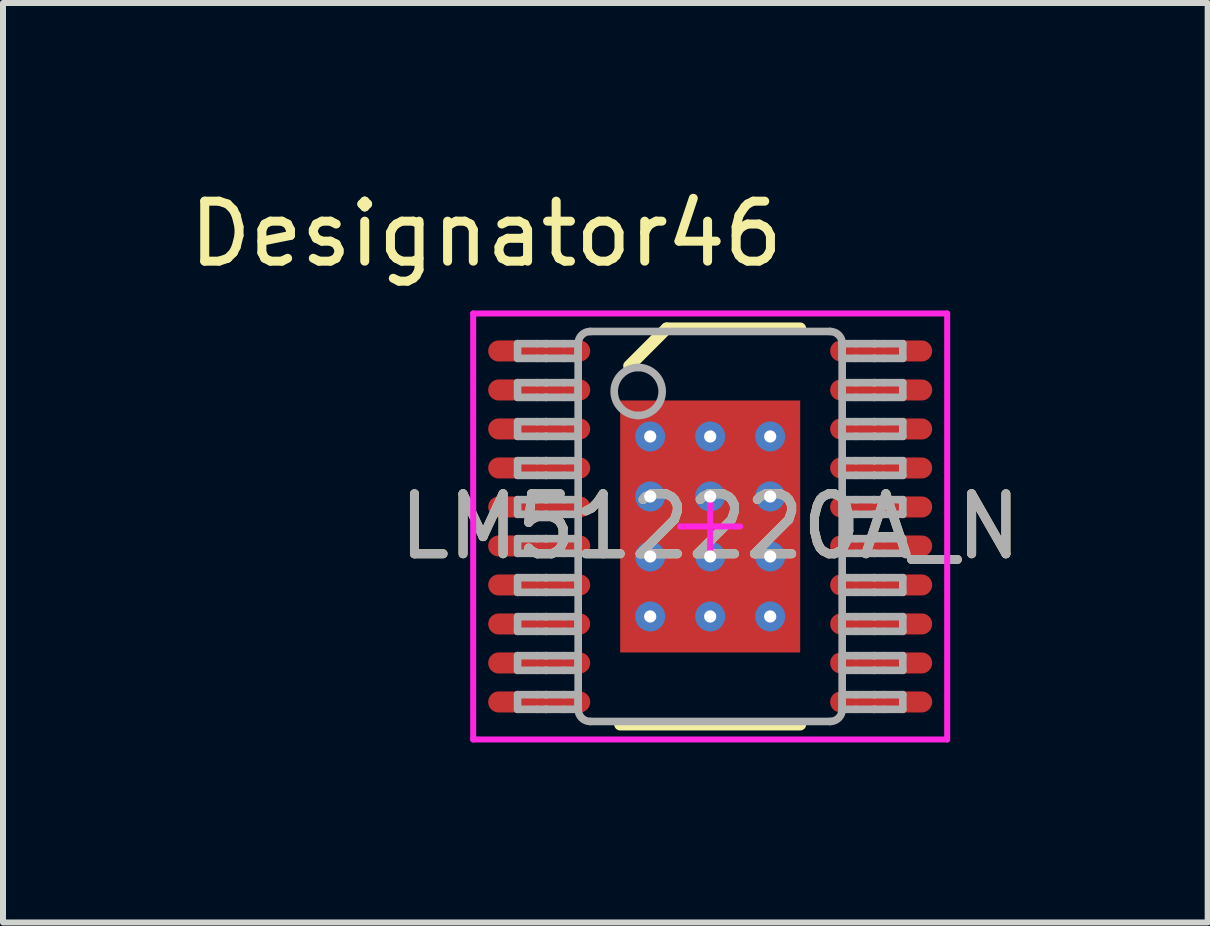
<source format=kicad_pcb>
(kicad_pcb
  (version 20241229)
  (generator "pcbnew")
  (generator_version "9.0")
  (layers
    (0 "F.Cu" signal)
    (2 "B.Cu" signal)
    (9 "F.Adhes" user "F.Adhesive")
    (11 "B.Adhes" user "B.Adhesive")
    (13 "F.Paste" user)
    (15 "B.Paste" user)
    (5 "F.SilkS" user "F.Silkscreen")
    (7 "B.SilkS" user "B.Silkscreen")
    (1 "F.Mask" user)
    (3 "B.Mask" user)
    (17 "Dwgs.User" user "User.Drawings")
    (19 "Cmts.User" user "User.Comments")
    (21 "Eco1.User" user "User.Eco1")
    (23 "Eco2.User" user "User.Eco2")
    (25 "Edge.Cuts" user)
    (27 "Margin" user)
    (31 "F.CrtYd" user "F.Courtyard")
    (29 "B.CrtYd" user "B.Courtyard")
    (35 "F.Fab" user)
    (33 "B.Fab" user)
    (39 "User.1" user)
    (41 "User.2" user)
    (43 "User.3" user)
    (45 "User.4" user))
  (footprint "LM512220A_N"
    (layer "F.Cu")
    (at 8.787 5.725)
    (property "Reference" "LM512220A_N" (at 0 0 0) (unlocked yes) (layer "F.SilkS") (effects (font (size 1 1) (thickness 0.15))))
    (attr smd)
    (fp_line (start -1.5 3.3) (end 1.5 3.3) (stroke (width 0.2) (type solid)) (layer "F.SilkS"))
    (fp_line (start -1.35 -2.675) (end -0.725 -3.3) (stroke (width 0.2) (type solid)) (layer "F.SilkS"))
    (fp_line (start -0.725 -3.3) (end 1.5 -3.3) (stroke (width 0.2) (type solid)) (layer "F.SilkS"))
    (fp_line (start -3.95 -3.55) (end 3.95 -3.55) (stroke (width 0.1) (type solid)) (layer "F.CrtYd"))
    (fp_line (start -3.95 3.55) (end -3.95 -3.55) (stroke (width 0.1) (type solid)) (layer "F.CrtYd"))
    (fp_line (start -3.95 3.55) (end 3.95 3.55) (stroke (width 0.1) (type solid)) (layer "F.CrtYd"))
    (fp_line (start -0.5 0) (end 0.5 0) (stroke (width 0.1) (type solid)) (layer "F.CrtYd"))
    (fp_line (start 0 0.5) (end 0 -0.5) (stroke (width 0.1) (type solid)) (layer "F.CrtYd"))
    (fp_line (start 3.95 3.55) (end 3.95 -3.55) (stroke (width 0.1) (type solid)) (layer "F.CrtYd"))
    (fp_line (start -3.21 -3.047) (end -2.887 -3.047) (stroke (width 0.127) (type solid)) (layer "F.Fab"))
    (fp_line (start -3.21 -2.802) (end -3.21 -3.047) (stroke (width 0.127) (type solid)) (layer "F.Fab"))
    (fp_line (start -3.21 -2.802) (end -2.887 -2.802) (stroke (width 0.127) (type solid)) (layer "F.Fab"))
    (fp_line (start -3.21 -2.397) (end -2.887 -2.397) (stroke (width 0.127) (type solid)) (layer "F.Fab"))
    (fp_line (start -3.21 -2.152) (end -3.21 -2.397) (stroke (width 0.127) (type solid)) (layer "F.Fab"))
    (fp_line (start -3.21 -2.152) (end -2.887 -2.152) (stroke (width 0.127) (type solid)) (layer "F.Fab"))
    (fp_line (start -3.21 -1.747) (end -2.887 -1.747) (stroke (width 0.127) (type solid)) (layer "F.Fab"))
    (fp_line (start -3.21 -1.502) (end -3.21 -1.747) (stroke (width 0.127) (type solid)) (layer "F.Fab"))
    (fp_line (start -3.21 -1.502) (end -2.887 -1.502) (stroke (width 0.127) (type solid)) (layer "F.Fab"))
    (fp_line (start -3.21 -1.097) (end -2.887 -1.097) (stroke (width 0.127) (type solid)) (layer "F.Fab"))
    (fp_line (start -3.21 -0.852) (end -3.21 -1.097) (stroke (width 0.127) (type solid)) (layer "F.Fab"))
    (fp_line (start -3.21 -0.852) (end -2.887 -0.852) (stroke (width 0.127) (type solid)) (layer "F.Fab"))
    (fp_line (start -3.21 -0.447) (end -2.887 -0.447) (stroke (width 0.127) (type solid)) (layer "F.Fab"))
    (fp_line (start -3.21 -0.202) (end -3.21 -0.447) (stroke (width 0.127) (type solid)) (layer "F.Fab"))
    (fp_line (start -3.21 -0.202) (end -2.887 -0.202) (stroke (width 0.127) (type solid)) (layer "F.Fab"))
    (fp_line (start -3.21 0.203) (end -2.887 0.203) (stroke (width 0.127) (type solid)) (layer "F.Fab"))
    (fp_line (start -3.21 0.448) (end -3.21 0.203) (stroke (width 0.127) (type solid)) (layer "F.Fab"))
    (fp_line (start -3.21 0.448) (end -2.887 0.448) (stroke (width 0.127) (type solid)) (layer "F.Fab"))
    (fp_line (start -3.21 0.853) (end -2.887 0.853) (stroke (width 0.127) (type solid)) (layer "F.Fab"))
    (fp_line (start -3.21 1.098) (end -3.21 0.853) (stroke (width 0.127) (type solid)) (layer "F.Fab"))
    (fp_line (start -3.21 1.098) (end -2.887 1.098) (stroke (width 0.127) (type solid)) (layer "F.Fab"))
    (fp_line (start -3.21 1.503) (end -2.887 1.503) (stroke (width 0.127) (type solid)) (layer "F.Fab"))
    (fp_line (start -3.21 1.748) (end -3.21 1.503) (stroke (width 0.127) (type solid)) (layer "F.Fab"))
    (fp_line (start -3.21 1.748) (end -2.887 1.748) (stroke (width 0.127) (type solid)) (layer "F.Fab"))
    (fp_line (start -3.21 2.153) (end -2.887 2.153) (stroke (width 0.127) (type solid)) (layer "F.Fab"))
    (fp_line (start -3.21 2.398) (end -3.21 2.153) (stroke (width 0.127) (type solid)) (layer "F.Fab"))
    (fp_line (start -3.21 2.398) (end -2.887 2.398) (stroke (width 0.127) (type solid)) (layer "F.Fab"))
    (fp_line (start -3.21 2.803) (end -2.887 2.803) (stroke (width 0.127) (type solid)) (layer "F.Fab"))
    (fp_line (start -3.21 3.048) (end -3.21 2.803) (stroke (width 0.127) (type solid)) (layer "F.Fab"))
    (fp_line (start -3.21 3.048) (end -2.887 3.048) (stroke (width 0.127) (type solid)) (layer "F.Fab"))
    (fp_line (start -2.887 -3.047) (end -2.739 -3.047) (stroke (width 0.127) (type solid)) (layer "F.Fab"))
    (fp_line (start -2.887 -2.802) (end -2.739 -2.802) (stroke (width 0.127) (type solid)) (layer "F.Fab"))
    (fp_line (start -2.887 -2.397) (end -2.739 -2.397) (stroke (width 0.127) (type solid)) (layer "F.Fab"))
    (fp_line (start -2.887 -2.152) (end -2.739 -2.152) (stroke (width 0.127) (type solid)) (layer "F.Fab"))
    (fp_line (start -2.887 -1.747) (end -2.739 -1.747) (stroke (width 0.127) (type solid)) (layer "F.Fab"))
    (fp_line (start -2.887 -1.502) (end -2.739 -1.502) (stroke (width 0.127) (type solid)) (layer "F.Fab"))
    (fp_line (start -2.887 -1.097) (end -2.739 -1.097) (stroke (width 0.127) (type solid)) (layer "F.Fab"))
    (fp_line (start -2.887 -0.852) (end -2.739 -0.852) (stroke (width 0.127) (type solid)) (layer "F.Fab"))
    (fp_line (start -2.887 -0.447) (end -2.739 -0.447) (stroke (width 0.127) (type solid)) (layer "F.Fab"))
    (fp_line (start -2.887 -0.202) (end -2.739 -0.202) (stroke (width 0.127) (type solid)) (layer "F.Fab"))
    (fp_line (start -2.887 0.203) (end -2.739 0.203) (stroke (width 0.127) (type solid)) (layer "F.Fab"))
    (fp_line (start -2.887 0.448) (end -2.739 0.448) (stroke (width 0.127) (type solid)) (layer "F.Fab"))
    (fp_line (start -2.887 0.853) (end -2.739 0.853) (stroke (width 0.127) (type solid)) (layer "F.Fab"))
    (fp_line (start -2.887 1.098) (end -2.739 1.098) (stroke (width 0.127) (type solid)) (layer "F.Fab"))
    (fp_line (start -2.887 1.503) (end -2.739 1.503) (stroke (width 0.127) (type solid)) (layer "F.Fab"))
    (fp_line (start -2.887 1.748) (end -2.739 1.748) (stroke (width 0.127) (type solid)) (layer "F.Fab"))
    (fp_line (start -2.887 2.153) (end -2.739 2.153) (stroke (width 0.127) (type solid)) (layer "F.Fab"))
    (fp_line (start -2.887 2.398) (end -2.739 2.398) (stroke (width 0.127) (type solid)) (layer "F.Fab"))
    (fp_line (start -2.887 2.803) (end -2.739 2.803) (stroke (width 0.127) (type solid)) (layer "F.Fab"))
    (fp_line (start -2.887 3.048) (end -2.739 3.048) (stroke (width 0.127) (type solid)) (layer "F.Fab"))
    (fp_line (start -2.739 -3.047) (end -2.733 -3.047) (stroke (width 0.127) (type solid)) (layer "F.Fab"))
    (fp_line (start -2.739 -2.802) (end -2.733 -2.802) (stroke (width 0.127) (type solid)) (layer "F.Fab"))
    (fp_line (start -2.739 -2.397) (end -2.733 -2.397) (stroke (width 0.127) (type solid)) (layer "F.Fab"))
    (fp_line (start -2.739 -2.152) (end -2.733 -2.152) (stroke (width 0.127) (type solid)) (layer "F.Fab"))
    (fp_line (start -2.739 -1.747) (end -2.733 -1.747) (stroke (width 0.127) (type solid)) (layer "F.Fab"))
    (fp_line (start -2.739 -1.502) (end -2.733 -1.502) (stroke (width 0.127) (type solid)) (layer "F.Fab"))
    (fp_line (start -2.739 -1.097) (end -2.733 -1.097) (stroke (width 0.127) (type solid)) (layer "F.Fab"))
    (fp_line (start -2.739 -0.852) (end -2.733 -0.852) (stroke (width 0.127) (type solid)) (layer "F.Fab"))
    (fp_line (start -2.739 -0.447) (end -2.733 -0.447) (stroke (width 0.127) (type solid)) (layer "F.Fab"))
    (fp_line (start -2.739 -0.202) (end -2.733 -0.202) (stroke (width 0.127) (type solid)) (layer "F.Fab"))
    (fp_line (start -2.739 0.203) (end -2.733 0.203) (stroke (width 0.127) (type solid)) (layer "F.Fab"))
    (fp_line (start -2.739 0.448) (end -2.733 0.448) (stroke (width 0.127) (type solid)) (layer "F.Fab"))
    (fp_line (start -2.739 0.853) (end -2.733 0.853) (stroke (width 0.127) (type solid)) (layer "F.Fab"))
    (fp_line (start -2.739 1.098) (end -2.733 1.098) (stroke (width 0.127) (type solid)) (layer "F.Fab"))
    (fp_line (start -2.739 1.503) (end -2.733 1.503) (stroke (width 0.127) (type solid)) (layer "F.Fab"))
    (fp_line (start -2.739 1.748) (end -2.733 1.748) (stroke (width 0.127) (type solid)) (layer "F.Fab"))
    (fp_line (start -2.739 2.153) (end -2.733 2.153) (stroke (width 0.127) (type solid)) (layer "F.Fab"))
    (fp_line (start -2.739 2.398) (end -2.733 2.398) (stroke (width 0.127) (type solid)) (layer "F.Fab"))
    (fp_line (start -2.739 2.803) (end -2.733 2.803) (stroke (width 0.127) (type solid)) (layer "F.Fab"))
    (fp_line (start -2.739 3.048) (end -2.733 3.048) (stroke (width 0.127) (type solid)) (layer "F.Fab"))
    (fp_line (start -2.733 -3.047) (end -2.431 -3.047) (stroke (width 0.127) (type solid)) (layer "F.Fab"))
    (fp_line (start -2.733 -2.802) (end -2.431 -2.802) (stroke (width 0.127) (type solid)) (layer "F.Fab"))
    (fp_line (start -2.733 -2.397) (end -2.431 -2.397) (stroke (width 0.127) (type solid)) (layer "F.Fab"))
    (fp_line (start -2.733 -2.152) (end -2.431 -2.152) (stroke (width 0.127) (type solid)) (layer "F.Fab"))
    (fp_line (start -2.733 -1.747) (end -2.431 -1.747) (stroke (width 0.127) (type solid)) (layer "F.Fab"))
    (fp_line (start -2.733 -1.502) (end -2.431 -1.502) (stroke (width 0.127) (type solid)) (layer "F.Fab"))
    (fp_line (start -2.733 -1.097) (end -2.431 -1.097) (stroke (width 0.127) (type solid)) (layer "F.Fab"))
    (fp_line (start -2.733 -0.852) (end -2.431 -0.852) (stroke (width 0.127) (type solid)) (layer "F.Fab"))
    (fp_line (start -2.733 -0.447) (end -2.431 -0.447) (stroke (width 0.127) (type solid)) (layer "F.Fab"))
    (fp_line (start -2.733 -0.202) (end -2.431 -0.202) (stroke (width 0.127) (type solid)) (layer "F.Fab"))
    (fp_line (start -2.733 0.203) (end -2.431 0.203) (stroke (width 0.127) (type solid)) (layer "F.Fab"))
    (fp_line (start -2.733 0.448) (end -2.431 0.448) (stroke (width 0.127) (type solid)) (layer "F.Fab"))
    (fp_line (start -2.733 0.853) (end -2.431 0.853) (stroke (width 0.127) (type solid)) (layer "F.Fab"))
    (fp_line (start -2.733 1.098) (end -2.431 1.098) (stroke (width 0.127) (type solid)) (layer "F.Fab"))
    (fp_line (start -2.733 1.503) (end -2.431 1.503) (stroke (width 0.127) (type solid)) (layer "F.Fab"))
    (fp_line (start -2.733 1.748) (end -2.431 1.748) (stroke (width 0.127) (type solid)) (layer "F.Fab"))
    (fp_line (start -2.733 2.153) (end -2.431 2.153) (stroke (width 0.127) (type solid)) (layer "F.Fab"))
    (fp_line (start -2.733 2.398) (end -2.431 2.398) (stroke (width 0.127) (type solid)) (layer "F.Fab"))
    (fp_line (start -2.733 2.803) (end -2.431 2.803) (stroke (width 0.127) (type solid)) (layer "F.Fab"))
    (fp_line (start -2.733 3.048) (end -2.431 3.048) (stroke (width 0.127) (type solid)) (layer "F.Fab"))
    (fp_line (start -2.431 -3.047) (end -2.2 -3.047) (stroke (width 0.127) (type solid)) (layer "F.Fab"))
    (fp_line (start -2.431 -2.802) (end -2.2 -2.802) (stroke (width 0.127) (type solid)) (layer "F.Fab"))
    (fp_line (start -2.431 -2.397) (end -2.2 -2.397) (stroke (width 0.127) (type solid)) (layer "F.Fab"))
    (fp_line (start -2.431 -2.152) (end -2.2 -2.152) (stroke (width 0.127) (type solid)) (layer "F.Fab"))
    (fp_line (start -2.431 -1.747) (end -2.2 -1.747) (stroke (width 0.127) (type solid)) (layer "F.Fab"))
    (fp_line (start -2.431 -1.502) (end -2.2 -1.502) (stroke (width 0.127) (type solid)) (layer "F.Fab"))
    (fp_line (start -2.431 -1.097) (end -2.2 -1.097) (stroke (width 0.127) (type solid)) (layer "F.Fab"))
    (fp_line (start -2.431 -0.852) (end -2.2 -0.852) (stroke (width 0.127) (type solid)) (layer "F.Fab"))
    (fp_line (start -2.431 -0.447) (end -2.2 -0.447) (stroke (width 0.127) (type solid)) (layer "F.Fab"))
    (fp_line (start -2.431 -0.202) (end -2.2 -0.202) (stroke (width 0.127) (type solid)) (layer "F.Fab"))
    (fp_line (start -2.431 0.203) (end -2.2 0.203) (stroke (width 0.127) (type solid)) (layer "F.Fab"))
    (fp_line (start -2.431 0.448) (end -2.2 0.448) (stroke (width 0.127) (type solid)) (layer "F.Fab"))
    (fp_line (start -2.431 0.853) (end -2.2 0.853) (stroke (width 0.127) (type solid)) (layer "F.Fab"))
    (fp_line (start -2.431 1.098) (end -2.2 1.098) (stroke (width 0.127) (type solid)) (layer "F.Fab"))
    (fp_line (start -2.431 1.503) (end -2.2 1.503) (stroke (width 0.127) (type solid)) (layer "F.Fab"))
    (fp_line (start -2.431 1.748) (end -2.2 1.748) (stroke (width 0.127) (type solid)) (layer "F.Fab"))
    (fp_line (start -2.431 2.153) (end -2.2 2.153) (stroke (width 0.127) (type solid)) (layer "F.Fab"))
    (fp_line (start -2.431 2.398) (end -2.2 2.398) (stroke (width 0.127) (type solid)) (layer "F.Fab"))
    (fp_line (start -2.431 2.803) (end -2.2 2.803) (stroke (width 0.127) (type solid)) (layer "F.Fab"))
    (fp_line (start -2.431 3.048) (end -2.2 3.048) (stroke (width 0.127) (type solid)) (layer "F.Fab"))
    (fp_line (start -2.2 -2.802) (end -2.2 -3.047) (stroke (width 0.127) (type solid)) (layer "F.Fab"))
    (fp_line (start -2.2 -2.152) (end -2.2 -2.397) (stroke (width 0.127) (type solid)) (layer "F.Fab"))
    (fp_line (start -2.2 -1.502) (end -2.2 -1.747) (stroke (width 0.127) (type solid)) (layer "F.Fab"))
    (fp_line (start -2.2 -0.852) (end -2.2 -1.097) (stroke (width 0.127) (type solid)) (layer "F.Fab"))
    (fp_line (start -2.2 -0.202) (end -2.2 -0.447) (stroke (width 0.127) (type solid)) (layer "F.Fab"))
    (fp_line (start -2.2 0.448) (end -2.2 0.203) (stroke (width 0.127) (type solid)) (layer "F.Fab"))
    (fp_line (start -2.2 1.098) (end -2.2 0.853) (stroke (width 0.127) (type solid)) (layer "F.Fab"))
    (fp_line (start -2.2 1.748) (end -2.2 1.503) (stroke (width 0.127) (type solid)) (layer "F.Fab"))
    (fp_line (start -2.2 2.398) (end -2.2 2.153) (stroke (width 0.127) (type solid)) (layer "F.Fab"))
    (fp_line (start -2.2 3.048) (end -2.2 2.803) (stroke (width 0.127) (type solid)) (layer "F.Fab"))
    (fp_line (start -2.2 3.05) (end -2.2 -3.05) (stroke (width 0.127) (type solid)) (layer "F.Fab"))
    (fp_line (start -2 -3.25) (end 2 -3.25) (stroke (width 0.127) (type solid)) (layer "F.Fab"))
    (fp_line (start -2 3.25) (end 2 3.25) (stroke (width 0.127) (type solid)) (layer "F.Fab"))
    (fp_line (start 2.2 -3.047) (end 2.43 -3.047) (stroke (width 0.127) (type solid)) (layer "F.Fab"))
    (fp_line (start 2.2 -2.802) (end 2.2 -3.047) (stroke (width 0.127) (type solid)) (layer "F.Fab"))
    (fp_line (start 2.2 -2.802) (end 2.43 -2.802) (stroke (width 0.127) (type solid)) (layer "F.Fab"))
    (fp_line (start 2.2 -2.397) (end 2.43 -2.397) (stroke (width 0.127) (type solid)) (layer "F.Fab"))
    (fp_line (start 2.2 -2.152) (end 2.2 -2.397) (stroke (width 0.127) (type solid)) (layer "F.Fab"))
    (fp_line (start 2.2 -2.152) (end 2.43 -2.152) (stroke (width 0.127) (type solid)) (layer "F.Fab"))
    (fp_line (start 2.2 -1.747) (end 2.43 -1.747) (stroke (width 0.127) (type solid)) (layer "F.Fab"))
    (fp_line (start 2.2 -1.502) (end 2.2 -1.747) (stroke (width 0.127) (type solid)) (layer "F.Fab"))
    (fp_line (start 2.2 -1.502) (end 2.43 -1.502) (stroke (width 0.127) (type solid)) (layer "F.Fab"))
    (fp_line (start 2.2 -1.097) (end 2.43 -1.097) (stroke (width 0.127) (type solid)) (layer "F.Fab"))
    (fp_line (start 2.2 -0.852) (end 2.2 -1.097) (stroke (width 0.127) (type solid)) (layer "F.Fab"))
    (fp_line (start 2.2 -0.852) (end 2.43 -0.852) (stroke (width 0.127) (type solid)) (layer "F.Fab"))
    (fp_line (start 2.2 -0.447) (end 2.43 -0.447) (stroke (width 0.127) (type solid)) (layer "F.Fab"))
    (fp_line (start 2.2 -0.202) (end 2.2 -0.447) (stroke (width 0.127) (type solid)) (layer "F.Fab"))
    (fp_line (start 2.2 -0.202) (end 2.43 -0.202) (stroke (width 0.127) (type solid)) (layer "F.Fab"))
    (fp_line (start 2.2 0.203) (end 2.43 0.203) (stroke (width 0.127) (type solid)) (layer "F.Fab"))
    (fp_line (start 2.2 0.448) (end 2.2 0.203) (stroke (width 0.127) (type solid)) (layer "F.Fab"))
    (fp_line (start 2.2 0.448) (end 2.43 0.448) (stroke (width 0.127) (type solid)) (layer "F.Fab"))
    (fp_line (start 2.2 0.853) (end 2.43 0.853) (stroke (width 0.127) (type solid)) (layer "F.Fab"))
    (fp_line (start 2.2 1.098) (end 2.2 0.853) (stroke (width 0.127) (type solid)) (layer "F.Fab"))
    (fp_line (start 2.2 1.098) (end 2.43 1.098) (stroke (width 0.127) (type solid)) (layer "F.Fab"))
    (fp_line (start 2.2 1.503) (end 2.43 1.503) (stroke (width 0.127) (type solid)) (layer "F.Fab"))
    (fp_line (start 2.2 1.748) (end 2.2 1.503) (stroke (width 0.127) (type solid)) (layer "F.Fab"))
    (fp_line (start 2.2 1.748) (end 2.43 1.748) (stroke (width 0.127) (type solid)) (layer "F.Fab"))
    (fp_line (start 2.2 2.153) (end 2.43 2.153) (stroke (width 0.127) (type solid)) (layer "F.Fab"))
    (fp_line (start 2.2 2.398) (end 2.2 2.153) (stroke (width 0.127) (type solid)) (layer "F.Fab"))
    (fp_line (start 2.2 2.398) (end 2.43 2.398) (stroke (width 0.127) (type solid)) (layer "F.Fab"))
    (fp_line (start 2.2 2.803) (end 2.43 2.803) (stroke (width 0.127) (type solid)) (layer "F.Fab"))
    (fp_line (start 2.2 3.048) (end 2.2 2.803) (stroke (width 0.127) (type solid)) (layer "F.Fab"))
    (fp_line (start 2.2 3.048) (end 2.43 3.048) (stroke (width 0.127) (type solid)) (layer "F.Fab"))
    (fp_line (start 2.2 3.05) (end 2.2 -3.05) (stroke (width 0.127) (type solid)) (layer "F.Fab"))
    (fp_line (start 2.43 -3.047) (end 2.733 -3.047) (stroke (width 0.127) (type solid)) (layer "F.Fab"))
    (fp_line (start 2.43 -2.802) (end 2.733 -2.802) (stroke (width 0.127) (type solid)) (layer "F.Fab"))
    (fp_line (start 2.43 -2.397) (end 2.733 -2.397) (stroke (width 0.127) (type solid)) (layer "F.Fab"))
    (fp_line (start 2.43 -2.152) (end 2.733 -2.152) (stroke (width 0.127) (type solid)) (layer "F.Fab"))
    (fp_line (start 2.43 -1.747) (end 2.733 -1.747) (stroke (width 0.127) (type solid)) (layer "F.Fab"))
    (fp_line (start 2.43 -1.502) (end 2.733 -1.502) (stroke (width 0.127) (type solid)) (layer "F.Fab"))
    (fp_line (start 2.43 -1.097) (end 2.733 -1.097) (stroke (width 0.127) (type solid)) (layer "F.Fab"))
    (fp_line (start 2.43 -0.852) (end 2.733 -0.852) (stroke (width 0.127) (type solid)) (layer "F.Fab"))
    (fp_line (start 2.43 -0.447) (end 2.733 -0.447) (stroke (width 0.127) (type solid)) (layer "F.Fab"))
    (fp_line (start 2.43 -0.202) (end 2.733 -0.202) (stroke (width 0.127) (type solid)) (layer "F.Fab"))
    (fp_line (start 2.43 0.203) (end 2.733 0.203) (stroke (width 0.127) (type solid)) (layer "F.Fab"))
    (fp_line (start 2.43 0.448) (end 2.733 0.448) (stroke (width 0.127) (type solid)) (layer "F.Fab"))
    (fp_line (start 2.43 0.853) (end 2.733 0.853) (stroke (width 0.127) (type solid)) (layer "F.Fab"))
    (fp_line (start 2.43 1.098) (end 2.733 1.098) (stroke (width 0.127) (type solid)) (layer "F.Fab"))
    (fp_line (start 2.43 1.503) (end 2.733 1.503) (stroke (width 0.127) (type solid)) (layer "F.Fab"))
    (fp_line (start 2.43 1.748) (end 2.733 1.748) (stroke (width 0.127) (type solid)) (layer "F.Fab"))
    (fp_line (start 2.43 2.153) (end 2.733 2.153) (stroke (width 0.127) (type solid)) (layer "F.Fab"))
    (fp_line (start 2.43 2.398) (end 2.733 2.398) (stroke (width 0.127) (type solid)) (layer "F.Fab"))
    (fp_line (start 2.43 2.803) (end 2.733 2.803) (stroke (width 0.127) (type solid)) (layer "F.Fab"))
    (fp_line (start 2.43 3.048) (end 2.733 3.048) (stroke (width 0.127) (type solid)) (layer "F.Fab"))
    (fp_line (start 2.733 -3.047) (end 2.739 -3.047) (stroke (width 0.127) (type solid)) (layer "F.Fab"))
    (fp_line (start 2.733 -2.802) (end 2.739 -2.802) (stroke (width 0.127) (type solid)) (layer "F.Fab"))
    (fp_line (start 2.733 -2.397) (end 2.739 -2.397) (stroke (width 0.127) (type solid)) (layer "F.Fab"))
    (fp_line (start 2.733 -2.152) (end 2.739 -2.152) (stroke (width 0.127) (type solid)) (layer "F.Fab"))
    (fp_line (start 2.733 -1.747) (end 2.739 -1.747) (stroke (width 0.127) (type solid)) (layer "F.Fab"))
    (fp_line (start 2.733 -1.502) (end 2.739 -1.502) (stroke (width 0.127) (type solid)) (layer "F.Fab"))
    (fp_line (start 2.733 -1.097) (end 2.739 -1.097) (stroke (width 0.127) (type solid)) (layer "F.Fab"))
    (fp_line (start 2.733 -0.852) (end 2.739 -0.852) (stroke (width 0.127) (type solid)) (layer "F.Fab"))
    (fp_line (start 2.733 -0.447) (end 2.739 -0.447) (stroke (width 0.127) (type solid)) (layer "F.Fab"))
    (fp_line (start 2.733 -0.202) (end 2.739 -0.202) (stroke (width 0.127) (type solid)) (layer "F.Fab"))
    (fp_line (start 2.733 0.203) (end 2.739 0.203) (stroke (width 0.127) (type solid)) (layer "F.Fab"))
    (fp_line (start 2.733 0.448) (end 2.739 0.448) (stroke (width 0.127) (type solid)) (layer "F.Fab"))
    (fp_line (start 2.733 0.853) (end 2.739 0.853) (stroke (width 0.127) (type solid)) (layer "F.Fab"))
    (fp_line (start 2.733 1.098) (end 2.739 1.098) (stroke (width 0.127) (type solid)) (layer "F.Fab"))
    (fp_line (start 2.733 1.503) (end 2.739 1.503) (stroke (width 0.127) (type solid)) (layer "F.Fab"))
    (fp_line (start 2.733 1.748) (end 2.739 1.748) (stroke (width 0.127) (type solid)) (layer "F.Fab"))
    (fp_line (start 2.733 2.153) (end 2.739 2.153) (stroke (width 0.127) (type solid)) (layer "F.Fab"))
    (fp_line (start 2.733 2.398) (end 2.739 2.398) (stroke (width 0.127) (type solid)) (layer "F.Fab"))
    (fp_line (start 2.733 2.803) (end 2.739 2.803) (stroke (width 0.127) (type solid)) (layer "F.Fab"))
    (fp_line (start 2.733 3.048) (end 2.739 3.048) (stroke (width 0.127) (type solid)) (layer "F.Fab"))
    (fp_line (start 2.739 -3.047) (end 2.887 -3.047) (stroke (width 0.127) (type solid)) (layer "F.Fab"))
    (fp_line (start 2.739 -2.802) (end 2.887 -2.802) (stroke (width 0.127) (type solid)) (layer "F.Fab"))
    (fp_line (start 2.739 -2.397) (end 2.887 -2.397) (stroke (width 0.127) (type solid)) (layer "F.Fab"))
    (fp_line (start 2.739 -2.152) (end 2.887 -2.152) (stroke (width 0.127) (type solid)) (layer "F.Fab"))
    (fp_line (start 2.739 -1.747) (end 2.887 -1.747) (stroke (width 0.127) (type solid)) (layer "F.Fab"))
    (fp_line (start 2.739 -1.502) (end 2.887 -1.502) (stroke (width 0.127) (type solid)) (layer "F.Fab"))
    (fp_line (start 2.739 -1.097) (end 2.887 -1.097) (stroke (width 0.127) (type solid)) (layer "F.Fab"))
    (fp_line (start 2.739 -0.852) (end 2.887 -0.852) (stroke (width 0.127) (type solid)) (layer "F.Fab"))
    (fp_line (start 2.739 -0.447) (end 2.887 -0.447) (stroke (width 0.127) (type solid)) (layer "F.Fab"))
    (fp_line (start 2.739 -0.202) (end 2.887 -0.202) (stroke (width 0.127) (type solid)) (layer "F.Fab"))
    (fp_line (start 2.739 0.203) (end 2.887 0.203) (stroke (width 0.127) (type solid)) (layer "F.Fab"))
    (fp_line (start 2.739 0.448) (end 2.887 0.448) (stroke (width 0.127) (type solid)) (layer "F.Fab"))
    (fp_line (start 2.739 0.853) (end 2.887 0.853) (stroke (width 0.127) (type solid)) (layer "F.Fab"))
    (fp_line (start 2.739 1.098) (end 2.887 1.098) (stroke (width 0.127) (type solid)) (layer "F.Fab"))
    (fp_line (start 2.739 1.503) (end 2.887 1.503) (stroke (width 0.127) (type solid)) (layer "F.Fab"))
    (fp_line (start 2.739 1.748) (end 2.887 1.748) (stroke (width 0.127) (type solid)) (layer "F.Fab"))
    (fp_line (start 2.739 2.153) (end 2.887 2.153) (stroke (width 0.127) (type solid)) (layer "F.Fab"))
    (fp_line (start 2.739 2.398) (end 2.887 2.398) (stroke (width 0.127) (type solid)) (layer "F.Fab"))
    (fp_line (start 2.739 2.803) (end 2.887 2.803) (stroke (width 0.127) (type solid)) (layer "F.Fab"))
    (fp_line (start 2.739 3.048) (end 2.887 3.048) (stroke (width 0.127) (type solid)) (layer "F.Fab"))
    (fp_line (start 2.887 -3.047) (end 3.21 -3.047) (stroke (width 0.127) (type solid)) (layer "F.Fab"))
    (fp_line (start 2.887 -2.802) (end 3.21 -2.802) (stroke (width 0.127) (type solid)) (layer "F.Fab"))
    (fp_line (start 2.887 -2.397) (end 3.21 -2.397) (stroke (width 0.127) (type solid)) (layer "F.Fab"))
    (fp_line (start 2.887 -2.152) (end 3.21 -2.152) (stroke (width 0.127) (type solid)) (layer "F.Fab"))
    (fp_line (start 2.887 -1.747) (end 3.21 -1.747) (stroke (width 0.127) (type solid)) (layer "F.Fab"))
    (fp_line (start 2.887 -1.502) (end 3.21 -1.502) (stroke (width 0.127) (type solid)) (layer "F.Fab"))
    (fp_line (start 2.887 -1.097) (end 3.21 -1.097) (stroke (width 0.127) (type solid)) (layer "F.Fab"))
    (fp_line (start 2.887 -0.852) (end 3.21 -0.852) (stroke (width 0.127) (type solid)) (layer "F.Fab"))
    (fp_line (start 2.887 -0.447) (end 3.21 -0.447) (stroke (width 0.127) (type solid)) (layer "F.Fab"))
    (fp_line (start 2.887 -0.202) (end 3.21 -0.202) (stroke (width 0.127) (type solid)) (layer "F.Fab"))
    (fp_line (start 2.887 0.203) (end 3.21 0.203) (stroke (width 0.127) (type solid)) (layer "F.Fab"))
    (fp_line (start 2.887 0.448) (end 3.21 0.448) (stroke (width 0.127) (type solid)) (layer "F.Fab"))
    (fp_line (start 2.887 0.853) (end 3.21 0.853) (stroke (width 0.127) (type solid)) (layer "F.Fab"))
    (fp_line (start 2.887 1.098) (end 3.21 1.098) (stroke (width 0.127) (type solid)) (layer "F.Fab"))
    (fp_line (start 2.887 1.503) (end 3.21 1.503) (stroke (width 0.127) (type solid)) (layer "F.Fab"))
    (fp_line (start 2.887 1.748) (end 3.21 1.748) (stroke (width 0.127) (type solid)) (layer "F.Fab"))
    (fp_line (start 2.887 2.153) (end 3.21 2.153) (stroke (width 0.127) (type solid)) (layer "F.Fab"))
    (fp_line (start 2.887 2.398) (end 3.21 2.398) (stroke (width 0.127) (type solid)) (layer "F.Fab"))
    (fp_line (start 2.887 2.803) (end 3.21 2.803) (stroke (width 0.127) (type solid)) (layer "F.Fab"))
    (fp_line (start 2.887 3.048) (end 3.21 3.048) (stroke (width 0.127) (type solid)) (layer "F.Fab"))
    (fp_line (start 3.21 -2.802) (end 3.21 -3.047) (stroke (width 0.127) (type solid)) (layer "F.Fab"))
    (fp_line (start 3.21 -2.152) (end 3.21 -2.397) (stroke (width 0.127) (type solid)) (layer "F.Fab"))
    (fp_line (start 3.21 -1.502) (end 3.21 -1.747) (stroke (width 0.127) (type solid)) (layer "F.Fab"))
    (fp_line (start 3.21 -0.852) (end 3.21 -1.097) (stroke (width 0.127) (type solid)) (layer "F.Fab"))
    (fp_line (start 3.21 -0.202) (end 3.21 -0.447) (stroke (width 0.127) (type solid)) (layer "F.Fab"))
    (fp_line (start 3.21 0.448) (end 3.21 0.203) (stroke (width 0.127) (type solid)) (layer "F.Fab"))
    (fp_line (start 3.21 1.098) (end 3.21 0.853) (stroke (width 0.127) (type solid)) (layer "F.Fab"))
    (fp_line (start 3.21 1.748) (end 3.21 1.503) (stroke (width 0.127) (type solid)) (layer "F.Fab"))
    (fp_line (start 3.21 2.398) (end 3.21 2.153) (stroke (width 0.127) (type solid)) (layer "F.Fab"))
    (fp_line (start 3.21 3.048) (end 3.21 2.803) (stroke (width 0.127) (type solid)) (layer "F.Fab"))
    (fp_arc (start -2.200001 -3.049986) (mid -2.141422 -3.191407) (end -2.000001 -3.249986) (stroke (width 0.127) (type solid)) (layer "F.Fab"))
    (fp_arc (start -2.000001 3.250001) (mid -2.141422 3.191423) (end -2.200001 3.050002) (stroke (width 0.127) (type solid)) (layer "F.Fab"))
    (fp_arc (start -1.200003 -2.649987) (mid -0.800003 -2.249988) (end -1.200003 -1.849989) (stroke (width 0.127) (type solid)) (layer "F.Fab"))
    (fp_arc (start -1.200003 -1.849989) (mid -1.600002 -2.249988) (end -1.200003 -2.649987) (stroke (width 0.127) (type solid)) (layer "F.Fab"))
    (fp_arc (start 1.999991 -3.249986) (mid 2.141412 -3.191407) (end 2.199991 -3.049986) (stroke (width 0.127) (type solid)) (layer "F.Fab"))
    (fp_arc (start 2.199991 3.050002) (mid 2.141412 3.191423) (end 1.999991 3.250001) (stroke (width 0.127) (type solid)) (layer "F.Fab"))
    (fp_text user "Designator46" (at -3.734 -4.877 0) (unlocked yes) (layer "F.SilkS") (effects (font (size 1 1) (thickness 0.15))))
    (fp_text user "${REFERENCE}" (at 0 0 0) (unlocked yes) (layer "F.Fab") (effects (font (size 1 1) (thickness 0.15))))
    (pad "1" smd oval (at -2.85 -2.925 90) (size 0.35 1.7) (layers "F.Cu" "F.Mask" "F.Paste"))
    (pad "2" smd oval (at -2.85 -2.275 90) (size 0.35 1.7) (layers "F.Cu" "F.Mask" "F.Paste"))
    (pad "3" smd oval (at -2.85 -1.625 90) (size 0.35 1.7) (layers "F.Cu" "F.Mask" "F.Paste"))
    (pad "4" smd oval (at -2.85 -0.975 90) (size 0.35 1.7) (layers "F.Cu" "F.Mask" "F.Paste"))
    (pad "5" smd oval (at -2.85 -0.325 90) (size 0.35 1.7) (layers "F.Cu" "F.Mask" "F.Paste"))
    (pad "6" smd oval (at -2.85 0.325 90) (size 0.35 1.7) (layers "F.Cu" "F.Mask" "F.Paste"))
    (pad "7" smd oval (at -2.85 0.975 90) (size 0.35 1.7) (layers "F.Cu" "F.Mask" "F.Paste"))
    (pad "8" smd oval (at -2.85 1.625 90) (size 0.35 1.7) (layers "F.Cu" "F.Mask" "F.Paste"))
    (pad "9" smd oval (at -2.85 2.275 90) (size 0.35 1.7) (layers "F.Cu" "F.Mask" "F.Paste"))
    (pad "10" smd oval (at -2.85 2.925 90) (size 0.35 1.7) (layers "F.Cu" "F.Mask" "F.Paste"))
    (pad "11" smd oval (at 2.85 2.925 90) (size 0.35 1.7) (layers "F.Cu" "F.Mask" "F.Paste"))
    (pad "12" smd oval (at 2.85 2.275 90) (size 0.35 1.7) (layers "F.Cu" "F.Mask" "F.Paste"))
    (pad "13" smd oval (at 2.85 1.625 90) (size 0.35 1.7) (layers "F.Cu" "F.Mask" "F.Paste"))
    (pad "14" smd oval (at 2.85 0.975 90) (size 0.35 1.7) (layers "F.Cu" "F.Mask" "F.Paste"))
    (pad "15" smd oval (at 2.85 0.325 90) (size 0.35 1.7) (layers "F.Cu" "F.Mask" "F.Paste"))
    (pad "16" smd oval (at 2.85 -0.325 90) (size 0.35 1.7) (layers "F.Cu" "F.Mask" "F.Paste"))
    (pad "17" smd oval (at 2.85 -0.975 90) (size 0.35 1.7) (layers "F.Cu" "F.Mask" "F.Paste"))
    (pad "18" smd oval (at 2.85 -1.625 90) (size 0.35 1.7) (layers "F.Cu" "F.Mask" "F.Paste"))
    (pad "19" smd oval (at 2.85 -2.275 90) (size 0.35 1.7) (layers "F.Cu" "F.Mask" "F.Paste"))
    (pad "20" smd oval (at 2.85 -2.925 90) (size 0.35 1.7) (layers "F.Cu" "F.Mask" "F.Paste"))
    (pad "21" smd rect (at 0 0) (size 3 4.2) (layers "F.Cu" "F.Mask" "F.Paste"))
    (pad "V" thru_hole circle (at -1 -1.5) (size 0.5 0.5) (drill 0.203) (layers "*.Cu" "*.Mask"))
    (pad "V" thru_hole circle (at -1 -0.5) (size 0.5 0.5) (drill 0.203) (layers "*.Cu" "*.Mask"))
    (pad "V" thru_hole circle (at -1 0.5) (size 0.5 0.5) (drill 0.203) (layers "*.Cu" "*.Mask"))
    (pad "V" thru_hole circle (at -1 1.5) (size 0.5 0.5) (drill 0.203) (layers "*.Cu" "*.Mask"))
    (pad "V" thru_hole circle (at 0 -1.5) (size 0.5 0.5) (drill 0.203) (layers "*.Cu" "*.Mask"))
    (pad "V" thru_hole circle (at 0 -0.5) (size 0.5 0.5) (drill 0.203) (layers "*.Cu" "*.Mask"))
    (pad "V" thru_hole circle (at 0 0.5) (size 0.5 0.5) (drill 0.203) (layers "*.Cu" "*.Mask"))
    (pad "V" thru_hole circle (at 0 1.5) (size 0.5 0.5) (drill 0.203) (layers "*.Cu" "*.Mask"))
    (pad "V" thru_hole circle (at 1 -1.5) (size 0.5 0.5) (drill 0.203) (layers "*.Cu" "*.Mask"))
    (pad "V" thru_hole circle (at 1 -0.5) (size 0.5 0.5) (drill 0.203) (layers "*.Cu" "*.Mask"))
    (pad "V" thru_hole circle (at 1 0.5) (size 0.5 0.5) (drill 0.203) (layers "*.Cu" "*.Mask"))
    (pad "V" thru_hole circle (at 1 1.5) (size 0.5 0.5) (drill 0.203) (layers "*.Cu" "*.Mask")))
  (gr_rect
    (start -3 -3)
    (end 17.079 12.325)
    (stroke (width 0.1) (type default))
    (fill no)
    (layer "Edge.Cuts")))
</source>
